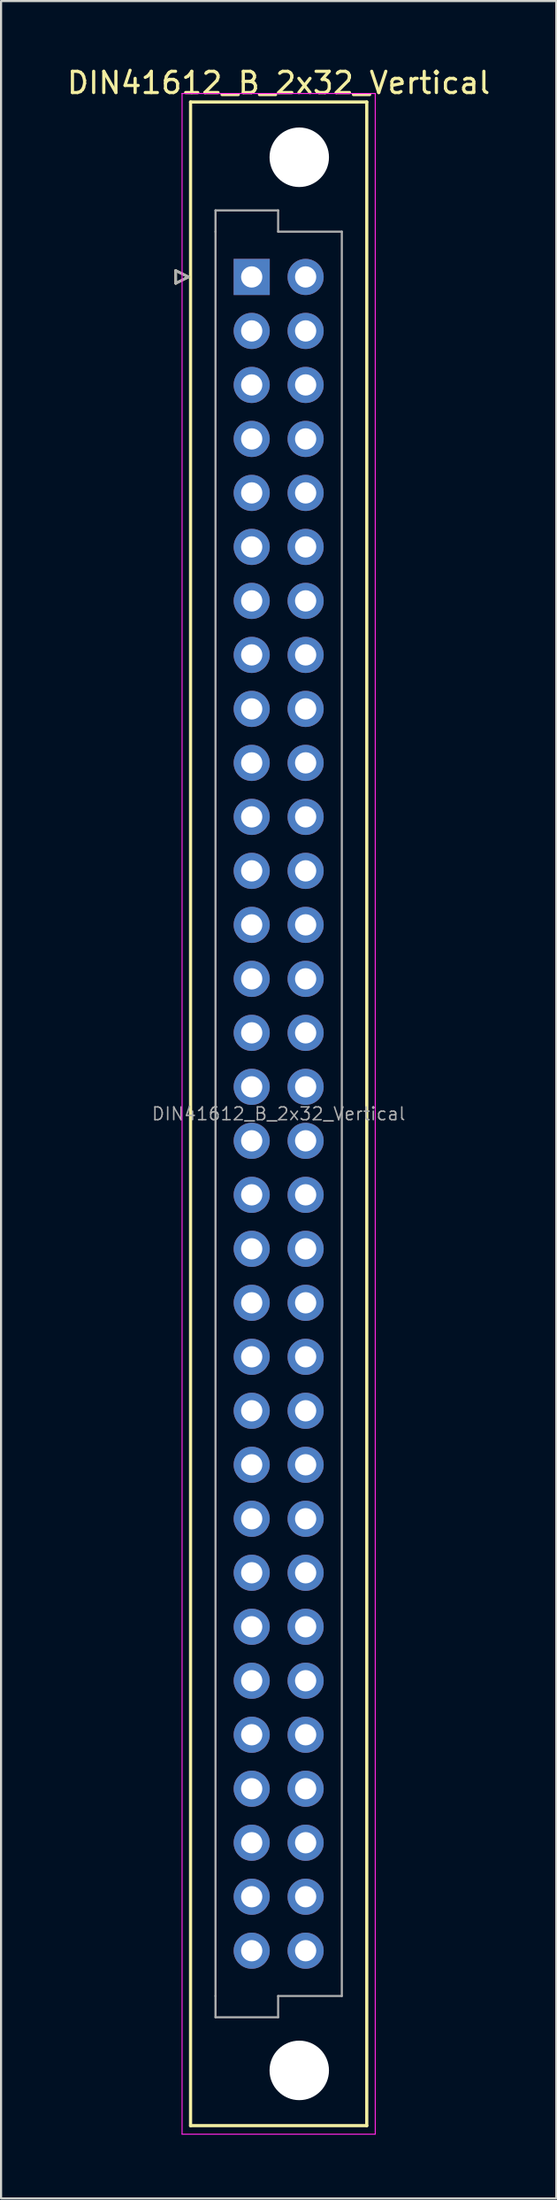
<source format=kicad_pcb>
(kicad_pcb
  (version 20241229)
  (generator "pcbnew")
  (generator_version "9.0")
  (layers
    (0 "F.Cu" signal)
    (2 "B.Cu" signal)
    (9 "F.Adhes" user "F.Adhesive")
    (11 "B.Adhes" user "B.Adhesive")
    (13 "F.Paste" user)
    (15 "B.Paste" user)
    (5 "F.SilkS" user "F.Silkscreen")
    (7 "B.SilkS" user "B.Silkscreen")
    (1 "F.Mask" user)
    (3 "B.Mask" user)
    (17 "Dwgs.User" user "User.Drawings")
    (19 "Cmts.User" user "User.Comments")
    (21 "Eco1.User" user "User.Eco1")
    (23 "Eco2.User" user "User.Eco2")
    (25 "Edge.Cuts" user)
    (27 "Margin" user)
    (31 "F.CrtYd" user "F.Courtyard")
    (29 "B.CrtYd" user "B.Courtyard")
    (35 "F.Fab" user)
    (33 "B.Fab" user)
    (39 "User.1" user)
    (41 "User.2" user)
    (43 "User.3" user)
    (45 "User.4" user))
  (footprint "DIN41612_B_2x32_Vertical"
    (layer "F.Cu")
    (at 10.077 49.348)
    (property "Reference" "DIN41612_B_2x32_Vertical" (at 0 -48.5 0) (layer "F.SilkS") (effects (font (size 1 1) (thickness 0.15))))
    (attr through_hole)
    (fp_poly (pts (xy 3.93 -41.37) (xy -3.97 -41.37) (xy -3.97 -47.37) (xy 3.93 -47.37)) (stroke (width 0.1) (type solid)) (fill yes) (layer "F.Mask"))
    (fp_poly (pts (xy 3.93 47.43) (xy -3.97 47.43) (xy -3.97 41.43) (xy 3.93 41.43)) (stroke (width 0.1) (type solid)) (fill yes) (layer "F.Mask"))
    (fp_poly (pts (xy 3.93 -41.37) (xy -3.97 -41.37) (xy -3.97 -47.37) (xy 3.93 -47.37)) (stroke (width 0.1) (type solid)) (fill yes) (layer "B.Mask"))
    (fp_poly (pts (xy 3.93 47.43) (xy -3.97 47.43) (xy -3.97 41.43) (xy 3.93 41.43)) (stroke (width 0.1) (type solid)) (fill yes) (layer "B.Mask"))
    (fp_line (start -4.85 -39.67) (end -4.85 -39.07) (stroke (width 0.12) (type solid)) (layer "F.SilkS"))
    (fp_line (start -4.85 -39.07) (end -4.25 -39.37) (stroke (width 0.12) (type solid)) (layer "F.SilkS"))
    (fp_line (start -4.25 -39.37) (end -4.85 -39.67) (stroke (width 0.12) (type solid)) (layer "F.SilkS"))
    (fp_line (start -4.15 -47.6) (end -4.15 47.6) (stroke (width 0.15) (type solid)) (layer "F.SilkS"))
    (fp_line (start -4.15 47.6) (end 4.15 47.6) (stroke (width 0.15) (type solid)) (layer "F.SilkS"))
    (fp_line (start 4.15 -47.6) (end -4.15 -47.6) (stroke (width 0.15) (type solid)) (layer "F.SilkS"))
    (fp_line (start 4.15 47.6) (end 4.15 -47.6) (stroke (width 0.15) (type solid)) (layer "F.SilkS"))
    (fp_line (start -4.55 -48) (end -4.55 48) (stroke (width 0.05) (type solid)) (layer "F.CrtYd"))
    (fp_line (start -4.55 48) (end 4.55 48) (stroke (width 0.05) (type solid)) (layer "F.CrtYd"))
    (fp_line (start 4.55 -48) (end -4.55 -48) (stroke (width 0.05) (type solid)) (layer "F.CrtYd"))
    (fp_line (start 4.55 48) (end 4.55 -48) (stroke (width 0.05) (type solid)) (layer "F.CrtYd"))
    (fp_line (start -4.85 -39.67) (end -4.85 -39.07) (stroke (width 0.12) (type solid)) (layer "F.Fab"))
    (fp_line (start -4.85 -39.07) (end -4.25 -39.37) (stroke (width 0.12) (type solid)) (layer "F.Fab"))
    (fp_line (start -4.25 -39.37) (end -4.85 -39.67) (stroke (width 0.12) (type solid)) (layer "F.Fab"))
    (fp_line (start -2.975 -42.5) (end -0.025 -42.5) (stroke (width 0.1) (type solid)) (layer "F.Fab"))
    (fp_line (start -2.975 -41.5) (end -2.975 -42.5) (stroke (width 0.1) (type solid)) (layer "F.Fab"))
    (fp_line (start -2.975 41.5) (end -2.975 -41.5) (stroke (width 0.1) (type solid)) (layer "F.Fab"))
    (fp_line (start -2.975 42.5) (end -2.975 41.5) (stroke (width 0.1) (type solid)) (layer "F.Fab"))
    (fp_line (start -0.025 -42.5) (end -0.025 -41.5) (stroke (width 0.1) (type solid)) (layer "F.Fab"))
    (fp_line (start -0.025 -41.5) (end 2.975 -41.5) (stroke (width 0.1) (type solid)) (layer "F.Fab"))
    (fp_line (start -0.025 41.5) (end -0.025 42.5) (stroke (width 0.1) (type solid)) (layer "F.Fab"))
    (fp_line (start -0.025 42.5) (end -2.975 42.5) (stroke (width 0.1) (type solid)) (layer "F.Fab"))
    (fp_line (start 2.975 -41.5) (end 2.975 41.5) (stroke (width 0.1) (type solid)) (layer "F.Fab"))
    (fp_line (start 2.975 41.5) (end -0.025 41.5) (stroke (width 0.1) (type solid)) (layer "F.Fab"))
    (fp_text user "${REFERENCE}" (at 0 0 0) (layer "F.Fab") (effects (font (size 0.6 0.6) (thickness 0.07))))
    (pad "" np_thru_hole circle (at 0.97 -45) (size 2.8 2.8) (drill 2.8) (layers "*.Cu" "*.Mask"))
    (pad "" np_thru_hole circle (at 0.97 45) (size 2.8 2.8) (drill 2.8) (layers "*.Cu" "*.Mask"))
    (pad "A1" thru_hole rect (at -1.27 -39.37) (size 1.7 1.7) (drill 1) (layers "*.Cu" "*.Mask"))
    (pad "A2" thru_hole circle (at -1.27 -36.83) (size 1.7 1.7) (drill 1) (layers "*.Cu" "*.Mask"))
    (pad "A3" thru_hole circle (at -1.27 -34.29) (size 1.7 1.7) (drill 1) (layers "*.Cu" "*.Mask"))
    (pad "A4" thru_hole circle (at -1.27 -31.75) (size 1.7 1.7) (drill 1) (layers "*.Cu" "*.Mask"))
    (pad "A5" thru_hole circle (at -1.27 -29.21) (size 1.7 1.7) (drill 1) (layers "*.Cu" "*.Mask"))
    (pad "A6" thru_hole circle (at -1.27 -26.67) (size 1.7 1.7) (drill 1) (layers "*.Cu" "*.Mask"))
    (pad "A7" thru_hole circle (at -1.27 -24.13) (size 1.7 1.7) (drill 1) (layers "*.Cu" "*.Mask"))
    (pad "A8" thru_hole circle (at -1.27 -21.59) (size 1.7 1.7) (drill 1) (layers "*.Cu" "*.Mask"))
    (pad "A9" thru_hole circle (at -1.27 -19.05) (size 1.7 1.7) (drill 1) (layers "*.Cu" "*.Mask"))
    (pad "A10" thru_hole circle (at -1.27 -16.51) (size 1.7 1.7) (drill 1) (layers "*.Cu" "*.Mask"))
    (pad "A11" thru_hole circle (at -1.27 -13.97) (size 1.7 1.7) (drill 1) (layers "*.Cu" "*.Mask"))
    (pad "A12" thru_hole circle (at -1.27 -11.43) (size 1.7 1.7) (drill 1) (layers "*.Cu" "*.Mask"))
    (pad "A13" thru_hole circle (at -1.27 -8.89) (size 1.7 1.7) (drill 1) (layers "*.Cu" "*.Mask"))
    (pad "A14" thru_hole circle (at -1.27 -6.35) (size 1.7 1.7) (drill 1) (layers "*.Cu" "*.Mask"))
    (pad "A15" thru_hole circle (at -1.27 -3.81) (size 1.7 1.7) (drill 1) (layers "*.Cu" "*.Mask"))
    (pad "A16" thru_hole circle (at -1.27 -1.27) (size 1.7 1.7) (drill 1) (layers "*.Cu" "*.Mask"))
    (pad "A17" thru_hole circle (at -1.27 1.27) (size 1.7 1.7) (drill 1) (layers "*.Cu" "*.Mask"))
    (pad "A18" thru_hole circle (at -1.27 3.81) (size 1.7 1.7) (drill 1) (layers "*.Cu" "*.Mask"))
    (pad "A19" thru_hole circle (at -1.27 6.35) (size 1.7 1.7) (drill 1) (layers "*.Cu" "*.Mask"))
    (pad "A20" thru_hole circle (at -1.27 8.89) (size 1.7 1.7) (drill 1) (layers "*.Cu" "*.Mask"))
    (pad "A21" thru_hole circle (at -1.27 11.43) (size 1.7 1.7) (drill 1) (layers "*.Cu" "*.Mask"))
    (pad "A22" thru_hole circle (at -1.27 13.97) (size 1.7 1.7) (drill 1) (layers "*.Cu" "*.Mask"))
    (pad "A23" thru_hole circle (at -1.27 16.51) (size 1.7 1.7) (drill 1) (layers "*.Cu" "*.Mask"))
    (pad "A24" thru_hole circle (at -1.27 19.05) (size 1.7 1.7) (drill 1) (layers "*.Cu" "*.Mask"))
    (pad "A25" thru_hole circle (at -1.27 21.59) (size 1.7 1.7) (drill 1) (layers "*.Cu" "*.Mask"))
    (pad "A26" thru_hole circle (at -1.27 24.13) (size 1.7 1.7) (drill 1) (layers "*.Cu" "*.Mask"))
    (pad "A27" thru_hole circle (at -1.27 26.67) (size 1.7 1.7) (drill 1) (layers "*.Cu" "*.Mask"))
    (pad "A28" thru_hole circle (at -1.27 29.21) (size 1.7 1.7) (drill 1) (layers "*.Cu" "*.Mask"))
    (pad "A29" thru_hole circle (at -1.27 31.75) (size 1.7 1.7) (drill 1) (layers "*.Cu" "*.Mask"))
    (pad "A30" thru_hole circle (at -1.27 34.29) (size 1.7 1.7) (drill 1) (layers "*.Cu" "*.Mask"))
    (pad "A31" thru_hole circle (at -1.27 36.83) (size 1.7 1.7) (drill 1) (layers "*.Cu" "*.Mask"))
    (pad "A32" thru_hole circle (at -1.27 39.37) (size 1.7 1.7) (drill 1) (layers "*.Cu" "*.Mask"))
    (pad "B1" thru_hole circle (at 1.27 -39.37) (size 1.7 1.7) (drill 1) (layers "*.Cu" "*.Mask"))
    (pad "B2" thru_hole circle (at 1.27 -36.83) (size 1.7 1.7) (drill 1) (layers "*.Cu" "*.Mask"))
    (pad "B3" thru_hole circle (at 1.27 -34.29) (size 1.7 1.7) (drill 1) (layers "*.Cu" "*.Mask"))
    (pad "B4" thru_hole circle (at 1.27 -31.75) (size 1.7 1.7) (drill 1) (layers "*.Cu" "*.Mask"))
    (pad "B5" thru_hole circle (at 1.27 -29.21) (size 1.7 1.7) (drill 1) (layers "*.Cu" "*.Mask"))
    (pad "B6" thru_hole circle (at 1.27 -26.67) (size 1.7 1.7) (drill 1) (layers "*.Cu" "*.Mask"))
    (pad "B7" thru_hole circle (at 1.27 -24.13) (size 1.7 1.7) (drill 1) (layers "*.Cu" "*.Mask"))
    (pad "B8" thru_hole circle (at 1.27 -21.59) (size 1.7 1.7) (drill 1) (layers "*.Cu" "*.Mask"))
    (pad "B9" thru_hole circle (at 1.27 -19.05) (size 1.7 1.7) (drill 1) (layers "*.Cu" "*.Mask"))
    (pad "B10" thru_hole circle (at 1.27 -16.51) (size 1.7 1.7) (drill 1) (layers "*.Cu" "*.Mask"))
    (pad "B11" thru_hole circle (at 1.27 -13.97) (size 1.7 1.7) (drill 1) (layers "*.Cu" "*.Mask"))
    (pad "B12" thru_hole circle (at 1.27 -11.43) (size 1.7 1.7) (drill 1) (layers "*.Cu" "*.Mask"))
    (pad "B13" thru_hole circle (at 1.27 -8.89) (size 1.7 1.7) (drill 1) (layers "*.Cu" "*.Mask"))
    (pad "B14" thru_hole circle (at 1.27 -6.35) (size 1.7 1.7) (drill 1) (layers "*.Cu" "*.Mask"))
    (pad "B15" thru_hole circle (at 1.27 -3.81) (size 1.7 1.7) (drill 1) (layers "*.Cu" "*.Mask"))
    (pad "B16" thru_hole circle (at 1.27 -1.27) (size 1.7 1.7) (drill 1) (layers "*.Cu" "*.Mask"))
    (pad "B17" thru_hole circle (at 1.27 1.27) (size 1.7 1.7) (drill 1) (layers "*.Cu" "*.Mask"))
    (pad "B18" thru_hole circle (at 1.27 3.81) (size 1.7 1.7) (drill 1) (layers "*.Cu" "*.Mask"))
    (pad "B19" thru_hole circle (at 1.27 6.35) (size 1.7 1.7) (drill 1) (layers "*.Cu" "*.Mask"))
    (pad "B20" thru_hole circle (at 1.27 8.89) (size 1.7 1.7) (drill 1) (layers "*.Cu" "*.Mask"))
    (pad "B21" thru_hole circle (at 1.27 11.43) (size 1.7 1.7) (drill 1) (layers "*.Cu" "*.Mask"))
    (pad "B22" thru_hole circle (at 1.27 13.97) (size 1.7 1.7) (drill 1) (layers "*.Cu" "*.Mask"))
    (pad "B23" thru_hole circle (at 1.27 16.51) (size 1.7 1.7) (drill 1) (layers "*.Cu" "*.Mask"))
    (pad "B24" thru_hole circle (at 1.27 19.05) (size 1.7 1.7) (drill 1) (layers "*.Cu" "*.Mask"))
    (pad "B25" thru_hole circle (at 1.27 21.59) (size 1.7 1.7) (drill 1) (layers "*.Cu" "*.Mask"))
    (pad "B26" thru_hole circle (at 1.27 24.13) (size 1.7 1.7) (drill 1) (layers "*.Cu" "*.Mask"))
    (pad "B27" thru_hole circle (at 1.27 26.67) (size 1.7 1.7) (drill 1) (layers "*.Cu" "*.Mask"))
    (pad "B28" thru_hole circle (at 1.27 29.21) (size 1.7 1.7) (drill 1) (layers "*.Cu" "*.Mask"))
    (pad "B29" thru_hole circle (at 1.27 31.75) (size 1.7 1.7) (drill 1) (layers "*.Cu" "*.Mask"))
    (pad "B30" thru_hole circle (at 1.27 34.29) (size 1.7 1.7) (drill 1) (layers "*.Cu" "*.Mask"))
    (pad "B31" thru_hole circle (at 1.27 36.83) (size 1.7 1.7) (drill 1) (layers "*.Cu" "*.Mask"))
    (pad "B32" thru_hole circle (at 1.27 39.37) (size 1.7 1.7) (drill 1) (layers "*.Cu" "*.Mask")))
  (gr_rect
    (start -3 -3)
    (end 23.155 100.373)
    (stroke (width 0.1) (type default))
    (fill no)
    (layer "Edge.Cuts")))
</source>
